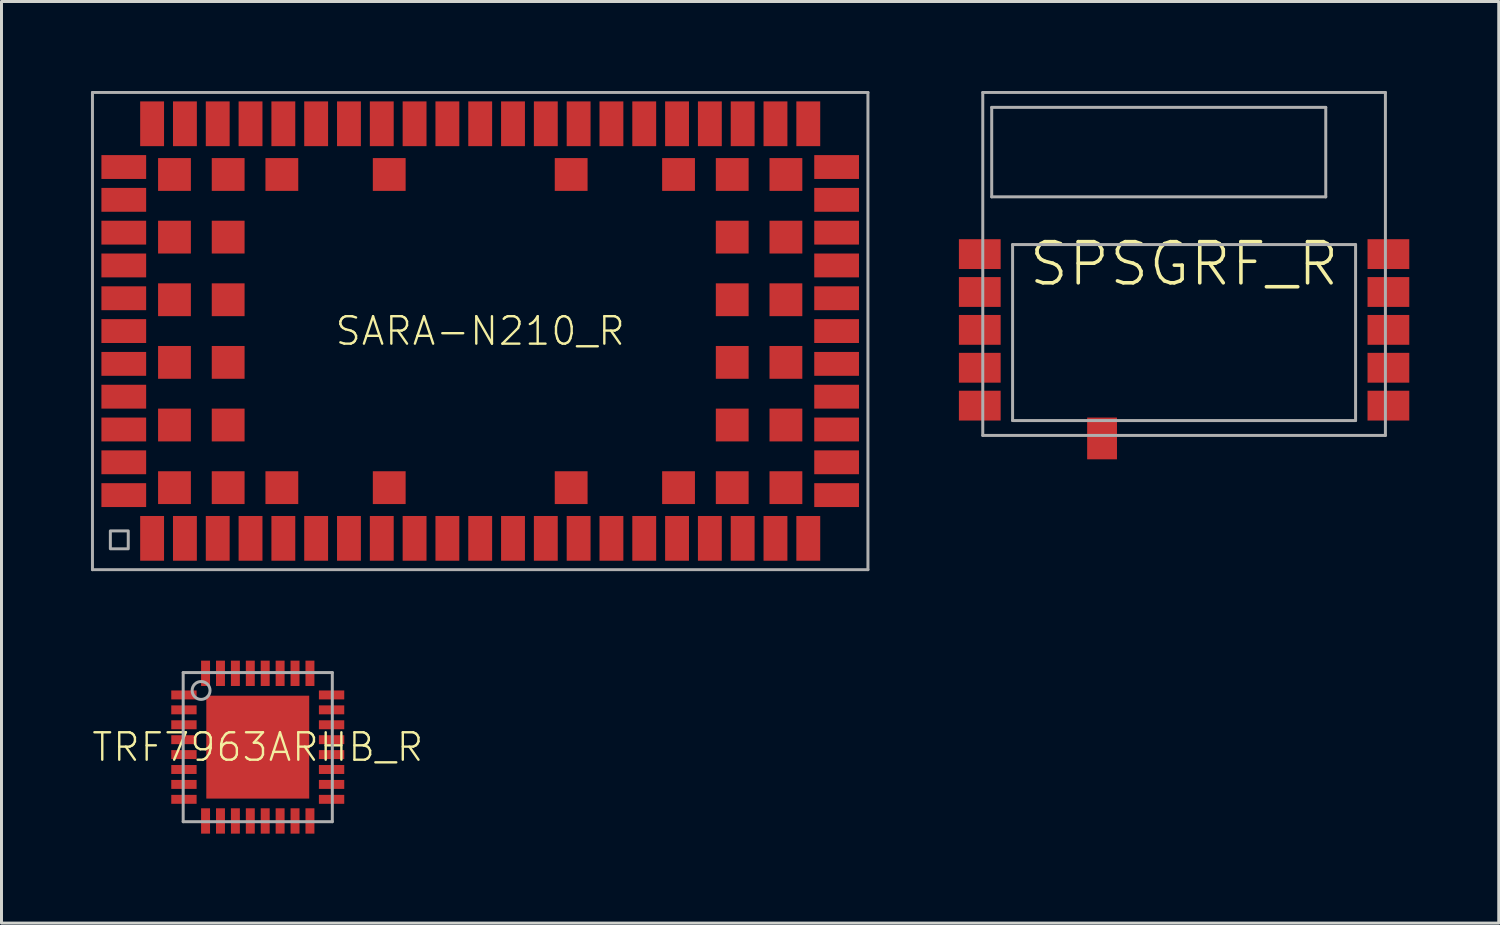
<source format=kicad_pcb>
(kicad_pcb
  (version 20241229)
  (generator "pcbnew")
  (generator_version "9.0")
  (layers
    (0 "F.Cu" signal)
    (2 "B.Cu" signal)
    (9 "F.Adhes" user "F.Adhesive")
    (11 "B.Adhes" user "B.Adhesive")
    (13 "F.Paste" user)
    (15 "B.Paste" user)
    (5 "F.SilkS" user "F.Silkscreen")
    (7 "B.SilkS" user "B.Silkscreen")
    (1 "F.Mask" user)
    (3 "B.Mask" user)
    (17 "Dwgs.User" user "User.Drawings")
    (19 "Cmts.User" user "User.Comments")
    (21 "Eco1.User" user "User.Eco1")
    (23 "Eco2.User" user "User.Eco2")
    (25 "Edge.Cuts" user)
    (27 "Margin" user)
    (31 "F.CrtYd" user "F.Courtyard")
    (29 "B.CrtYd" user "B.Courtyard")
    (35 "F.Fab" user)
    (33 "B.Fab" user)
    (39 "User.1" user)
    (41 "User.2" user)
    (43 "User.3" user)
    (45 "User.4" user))
  (footprint "SARA-N210_R"
    (layer "F.Cu")
    (at 13.05 8.05)
    (property "Reference" "SARA-N210_R" (at 0 0 0) (unlocked yes) (layer "F.SilkS") (effects (font (size 0.92 0.92) (thickness 0.08))))
    (fp_line (start -13 -8) (end -13 8) (stroke (width 0.1) (type solid)) (layer "F.Fab"))
    (fp_line (start -13 8) (end 13 8) (stroke (width 0.1) (type solid)) (layer "F.Fab"))
    (fp_line (start 13 -8) (end -13 -8) (stroke (width 0.1) (type solid)) (layer "F.Fab"))
    (fp_line (start 13 8) (end 13 -8) (stroke (width 0.1) (type solid)) (layer "F.Fab"))
    (fp_poly (pts (xy -12.4 7.3) (xy -11.8 7.3) (xy -11.8 6.7) (xy -12.4 6.7)) (stroke (width 0.1) (type default)) (fill no) (layer "F.Fab"))
    (pad "1" smd rect (at -11 6.95) (size 0.8 1.5) (layers "F.Cu" "F.Mask" "F.Paste"))
    (pad "2" smd rect (at -9.9 6.95) (size 0.8 1.5) (layers "F.Cu" "F.Mask" "F.Paste"))
    (pad "3" smd rect (at -8.8 6.95) (size 0.8 1.5) (layers "F.Cu" "F.Mask" "F.Paste"))
    (pad "4" smd rect (at -7.7 6.95) (size 0.8 1.5) (layers "F.Cu" "F.Mask" "F.Paste"))
    (pad "5" smd rect (at -6.6 6.95) (size 0.8 1.5) (layers "F.Cu" "F.Mask" "F.Paste"))
    (pad "6" smd rect (at -5.5 6.95) (size 0.8 1.5) (layers "F.Cu" "F.Mask" "F.Paste"))
    (pad "7" smd rect (at -4.4 6.95) (size 0.8 1.5) (layers "F.Cu" "F.Mask" "F.Paste"))
    (pad "8" smd rect (at -3.3 6.95) (size 0.8 1.5) (layers "F.Cu" "F.Mask" "F.Paste"))
    (pad "9" smd rect (at -2.2 6.95) (size 0.8 1.5) (layers "F.Cu" "F.Mask" "F.Paste"))
    (pad "10" smd rect (at -1.1 6.95) (size 0.8 1.5) (layers "F.Cu" "F.Mask" "F.Paste"))
    (pad "11" smd rect (at 0 6.95) (size 0.8 1.5) (layers "F.Cu" "F.Mask" "F.Paste"))
    (pad "12" smd rect (at 1.1 6.95) (size 0.8 1.5) (layers "F.Cu" "F.Mask" "F.Paste"))
    (pad "13" smd rect (at 2.2 6.95) (size 0.8 1.5) (layers "F.Cu" "F.Mask" "F.Paste"))
    (pad "14" smd rect (at 3.3 6.95) (size 0.8 1.5) (layers "F.Cu" "F.Mask" "F.Paste"))
    (pad "15" smd rect (at 4.4 6.95) (size 0.8 1.5) (layers "F.Cu" "F.Mask" "F.Paste"))
    (pad "16" smd rect (at 5.5 6.95) (size 0.8 1.5) (layers "F.Cu" "F.Mask" "F.Paste"))
    (pad "17" smd rect (at 6.6 6.95) (size 0.8 1.5) (layers "F.Cu" "F.Mask" "F.Paste"))
    (pad "18" smd rect (at 7.7 6.95) (size 0.8 1.5) (layers "F.Cu" "F.Mask" "F.Paste"))
    (pad "19" smd rect (at 8.8 6.95) (size 0.8 1.5) (layers "F.Cu" "F.Mask" "F.Paste"))
    (pad "20" smd rect (at 9.9 6.95) (size 0.8 1.5) (layers "F.Cu" "F.Mask" "F.Paste"))
    (pad "21" smd rect (at 11 6.95) (size 0.8 1.5) (layers "F.Cu" "F.Mask" "F.Paste"))
    (pad "22" smd rect (at 11.95 5.5 90) (size 0.8 1.5) (layers "F.Cu" "F.Mask" "F.Paste"))
    (pad "23" smd rect (at 11.95 4.4 90) (size 0.8 1.5) (layers "F.Cu" "F.Mask" "F.Paste"))
    (pad "24" smd rect (at 11.95 3.3 90) (size 0.8 1.5) (layers "F.Cu" "F.Mask" "F.Paste"))
    (pad "25" smd rect (at 11.95 2.2 90) (size 0.8 1.5) (layers "F.Cu" "F.Mask" "F.Paste"))
    (pad "26" smd rect (at 11.95 1.1 90) (size 0.8 1.5) (layers "F.Cu" "F.Mask" "F.Paste"))
    (pad "27" smd rect (at 11.95 0 90) (size 0.8 1.5) (layers "F.Cu" "F.Mask" "F.Paste"))
    (pad "28" smd rect (at 11.95 -1.1 90) (size 0.8 1.5) (layers "F.Cu" "F.Mask" "F.Paste"))
    (pad "29" smd rect (at 11.95 -2.2 90) (size 0.8 1.5) (layers "F.Cu" "F.Mask" "F.Paste"))
    (pad "30" smd rect (at 11.95 -3.3 90) (size 0.8 1.5) (layers "F.Cu" "F.Mask" "F.Paste"))
    (pad "31" smd rect (at 11.95 -4.4 90) (size 0.8 1.5) (layers "F.Cu" "F.Mask" "F.Paste"))
    (pad "32" smd rect (at 11.95 -5.5 90) (size 0.8 1.5) (layers "F.Cu" "F.Mask" "F.Paste"))
    (pad "33" smd rect (at 11 -6.95 180) (size 0.8 1.5) (layers "F.Cu" "F.Mask" "F.Paste"))
    (pad "34" smd rect (at 9.9 -6.95 180) (size 0.8 1.5) (layers "F.Cu" "F.Mask" "F.Paste"))
    (pad "35" smd rect (at 8.8 -6.95 180) (size 0.8 1.5) (layers "F.Cu" "F.Mask" "F.Paste"))
    (pad "36" smd rect (at 7.7 -6.95 180) (size 0.8 1.5) (layers "F.Cu" "F.Mask" "F.Paste"))
    (pad "37" smd rect (at 6.6 -6.95 180) (size 0.8 1.5) (layers "F.Cu" "F.Mask" "F.Paste"))
    (pad "38" smd rect (at 5.5 -6.95 180) (size 0.8 1.5) (layers "F.Cu" "F.Mask" "F.Paste"))
    (pad "39" smd rect (at 4.4 -6.95 180) (size 0.8 1.5) (layers "F.Cu" "F.Mask" "F.Paste"))
    (pad "40" smd rect (at 3.3 -6.95 180) (size 0.8 1.5) (layers "F.Cu" "F.Mask" "F.Paste"))
    (pad "41" smd rect (at 2.2 -6.95 180) (size 0.8 1.5) (layers "F.Cu" "F.Mask" "F.Paste"))
    (pad "42" smd rect (at 1.1 -6.95 180) (size 0.8 1.5) (layers "F.Cu" "F.Mask" "F.Paste"))
    (pad "43" smd rect (at 0 -6.95 180) (size 0.8 1.5) (layers "F.Cu" "F.Mask" "F.Paste"))
    (pad "44" smd rect (at -1.1 -6.95 180) (size 0.8 1.5) (layers "F.Cu" "F.Mask" "F.Paste"))
    (pad "45" smd rect (at -2.2 -6.95 180) (size 0.8 1.5) (layers "F.Cu" "F.Mask" "F.Paste"))
    (pad "46" smd rect (at -3.3 -6.95 180) (size 0.8 1.5) (layers "F.Cu" "F.Mask" "F.Paste"))
    (pad "47" smd rect (at -4.4 -6.95 180) (size 0.8 1.5) (layers "F.Cu" "F.Mask" "F.Paste"))
    (pad "48" smd rect (at -5.5 -6.95 180) (size 0.8 1.5) (layers "F.Cu" "F.Mask" "F.Paste"))
    (pad "49" smd rect (at -6.6 -6.95 180) (size 0.8 1.5) (layers "F.Cu" "F.Mask" "F.Paste"))
    (pad "50" smd rect (at -7.7 -6.95 180) (size 0.8 1.5) (layers "F.Cu" "F.Mask" "F.Paste"))
    (pad "51" smd rect (at -8.8 -6.95 180) (size 0.8 1.5) (layers "F.Cu" "F.Mask" "F.Paste"))
    (pad "52" smd rect (at -9.9 -6.95 180) (size 0.8 1.5) (layers "F.Cu" "F.Mask" "F.Paste"))
    (pad "53" smd rect (at -11 -6.95 180) (size 0.8 1.5) (layers "F.Cu" "F.Mask" "F.Paste"))
    (pad "54" smd rect (at -11.95 -5.5 90) (size 0.8 1.5) (layers "F.Cu" "F.Mask" "F.Paste"))
    (pad "55" smd rect (at -11.95 -4.4 270) (size 0.8 1.5) (layers "F.Cu" "F.Mask" "F.Paste"))
    (pad "56" smd rect (at -11.95 -3.3 270) (size 0.8 1.5) (layers "F.Cu" "F.Mask" "F.Paste"))
    (pad "57" smd rect (at -11.95 -2.2 270) (size 0.8 1.5) (layers "F.Cu" "F.Mask" "F.Paste"))
    (pad "58" smd rect (at -11.95 -1.1 270) (size 0.8 1.5) (layers "F.Cu" "F.Mask" "F.Paste"))
    (pad "59" smd rect (at -11.95 0 270) (size 0.8 1.5) (layers "F.Cu" "F.Mask" "F.Paste"))
    (pad "60" smd rect (at -11.95 1.1 270) (size 0.8 1.5) (layers "F.Cu" "F.Mask" "F.Paste"))
    (pad "61" smd rect (at -11.95 2.2 270) (size 0.8 1.5) (layers "F.Cu" "F.Mask" "F.Paste"))
    (pad "62" smd rect (at -11.95 3.3 270) (size 0.8 1.5) (layers "F.Cu" "F.Mask" "F.Paste"))
    (pad "63" smd rect (at -11.95 4.4 270) (size 0.8 1.5) (layers "F.Cu" "F.Mask" "F.Paste"))
    (pad "64" smd rect (at -11.95 5.5 270) (size 0.8 1.5) (layers "F.Cu" "F.Mask" "F.Paste"))
    (pad "65" smd rect (at -10.25 5.25) (size 1.1 1.1) (layers "F.Cu" "F.Mask" "F.Paste"))
    (pad "66" smd rect (at -10.25 3.15) (size 1.1 1.1) (layers "F.Cu" "F.Mask" "F.Paste"))
    (pad "67" smd rect (at -10.25 1.05) (size 1.1 1.1) (layers "F.Cu" "F.Mask" "F.Paste"))
    (pad "68" smd rect (at -10.25 -1.05) (size 1.1 1.1) (layers "F.Cu" "F.Mask" "F.Paste"))
    (pad "69" smd rect (at -10.25 -3.15) (size 1.1 1.1) (layers "F.Cu" "F.Mask" "F.Paste"))
    (pad "70" smd rect (at -10.25 -5.25) (size 1.1 1.1) (layers "F.Cu" "F.Mask" "F.Paste"))
    (pad "71" smd rect (at -8.45 5.25) (size 1.1 1.1) (layers "F.Cu" "F.Mask" "F.Paste"))
    (pad "72" smd rect (at -8.45 3.15) (size 1.1 1.1) (layers "F.Cu" "F.Mask" "F.Paste"))
    (pad "73" smd rect (at -8.45 1.05) (size 1.1 1.1) (layers "F.Cu" "F.Mask" "F.Paste"))
    (pad "74" smd rect (at -8.45 -1.05) (size 1.1 1.1) (layers "F.Cu" "F.Mask" "F.Paste"))
    (pad "75" smd rect (at -8.45 -3.15) (size 1.1 1.1) (layers "F.Cu" "F.Mask" "F.Paste"))
    (pad "76" smd rect (at -8.45 -5.25) (size 1.1 1.1) (layers "F.Cu" "F.Mask" "F.Paste"))
    (pad "77" smd rect (at -6.65 5.25) (size 1.1 1.1) (layers "F.Cu" "F.Mask" "F.Paste"))
    (pad "78" smd rect (at -6.65 -5.25) (size 1.1 1.1) (layers "F.Cu" "F.Mask" "F.Paste"))
    (pad "79" smd rect (at -3.05 5.25) (size 1.1 1.1) (layers "F.Cu" "F.Mask" "F.Paste"))
    (pad "80" smd rect (at -3.05 -5.25) (size 1.1 1.1) (layers "F.Cu" "F.Mask" "F.Paste"))
    (pad "81" smd rect (at 3.05 5.25) (size 1.1 1.1) (layers "F.Cu" "F.Mask" "F.Paste"))
    (pad "82" smd rect (at 3.05 -5.25) (size 1.1 1.1) (layers "F.Cu" "F.Mask" "F.Paste"))
    (pad "83" smd rect (at 6.65 5.25) (size 1.1 1.1) (layers "F.Cu" "F.Mask" "F.Paste"))
    (pad "84" smd rect (at 6.65 -5.25) (size 1.1 1.1) (layers "F.Cu" "F.Mask" "F.Paste"))
    (pad "85" smd rect (at 8.45 5.25) (size 1.1 1.1) (layers "F.Cu" "F.Mask" "F.Paste"))
    (pad "86" smd rect (at 8.45 3.15) (size 1.1 1.1) (layers "F.Cu" "F.Mask" "F.Paste"))
    (pad "87" smd rect (at 8.45 1.05) (size 1.1 1.1) (layers "F.Cu" "F.Mask" "F.Paste"))
    (pad "88" smd rect (at 8.45 -1.05) (size 1.1 1.1) (layers "F.Cu" "F.Mask" "F.Paste"))
    (pad "89" smd rect (at 8.45 -3.15) (size 1.1 1.1) (layers "F.Cu" "F.Mask" "F.Paste"))
    (pad "90" smd rect (at 8.45 -5.25) (size 1.1 1.1) (layers "F.Cu" "F.Mask" "F.Paste"))
    (pad "91" smd rect (at 10.25 5.25) (size 1.1 1.1) (layers "F.Cu" "F.Mask" "F.Paste"))
    (pad "92" smd rect (at 10.25 3.15) (size 1.1 1.1) (layers "F.Cu" "F.Mask" "F.Paste"))
    (pad "93" smd rect (at 10.25 1.05) (size 1.1 1.1) (layers "F.Cu" "F.Mask" "F.Paste"))
    (pad "94" smd rect (at 10.25 -1.05) (size 1.1 1.1) (layers "F.Cu" "F.Mask" "F.Paste"))
    (pad "95" smd rect (at 10.25 -3.15) (size 1.1 1.1) (layers "F.Cu" "F.Mask" "F.Paste"))
    (pad "96" smd rect (at 10.25 -5.25) (size 1.1 1.1) (layers "F.Cu" "F.Mask" "F.Paste")))
  (footprint "TRF7963ARHB_R"
    (layer "F.Cu")
    (at 5.592 22)
    (property "Reference" "TRF7963ARHB_R" (at 0 0 0) (unlocked yes) (layer "F.SilkS") (effects (font (size 0.92 0.92) (thickness 0.08))))
    (fp_poly (pts (xy -1.6 -0.15) (xy -0.15 -0.15) (xy -0.15 -1.6) (xy -1.6 -1.6)) (stroke (width 0) (type default)) (fill yes) (layer "F.Paste"))
    (fp_poly (pts (xy -1.6 1.6) (xy -0.15 1.6) (xy -0.15 0.15) (xy -1.6 0.15)) (stroke (width 0) (type default)) (fill yes) (layer "F.Paste"))
    (fp_poly (pts (xy 0.15 -0.15) (xy 1.6 -0.15) (xy 1.6 -1.6) (xy 0.15 -1.6)) (stroke (width 0) (type default)) (fill yes) (layer "F.Paste"))
    (fp_poly (pts (xy 0.15 1.6) (xy 1.6 1.6) (xy 1.6 0.15) (xy 0.15 0.15)) (stroke (width 0) (type default)) (fill yes) (layer "F.Paste"))
    (fp_line (start -2.5 2.5) (end -2.5 -2.5) (stroke (width 0.1) (type solid)) (layer "F.Fab"))
    (fp_line (start 2.5 -2.5) (end -2.5 -2.5) (stroke (width 0.1) (type solid)) (layer "F.Fab"))
    (fp_line (start 2.5 2.5) (end -2.5 2.5) (stroke (width 0.1) (type solid)) (layer "F.Fab"))
    (fp_line (start 2.5 2.5) (end 2.5 -2.5) (stroke (width 0.1) (type solid)) (layer "F.Fab"))
    (fp_circle (center -1.9 -1.9) (end -1.6 -1.9) (stroke (width 0.1) (type solid)) (fill no) (layer "F.Fab"))
    (pad "0" smd rect (at 0 0) (size 3.45 3.45) (layers "F.Cu" "F.Mask"))
    (pad "1" smd rect (at -2.475 -1.75) (size 0.85 0.3) (layers "F.Cu" "F.Mask" "F.Paste"))
    (pad "2" smd rect (at -2.475 -1.25) (size 0.85 0.3) (layers "F.Cu" "F.Mask" "F.Paste"))
    (pad "3" smd rect (at -2.475 -0.75) (size 0.85 0.3) (layers "F.Cu" "F.Mask" "F.Paste"))
    (pad "4" smd rect (at -2.475 -0.25) (size 0.85 0.3) (layers "F.Cu" "F.Mask" "F.Paste"))
    (pad "5" smd rect (at -2.475 0.25) (size 0.85 0.3) (layers "F.Cu" "F.Mask" "F.Paste"))
    (pad "6" smd rect (at -2.475 0.75) (size 0.85 0.3) (layers "F.Cu" "F.Mask" "F.Paste"))
    (pad "7" smd rect (at -2.475 1.25) (size 0.85 0.3) (layers "F.Cu" "F.Mask" "F.Paste"))
    (pad "8" smd rect (at -2.475 1.75) (size 0.85 0.3) (layers "F.Cu" "F.Mask" "F.Paste"))
    (pad "9" smd rect (at -1.75 2.475 90) (size 0.85 0.3) (layers "F.Cu" "F.Mask" "F.Paste"))
    (pad "10" smd rect (at -1.25 2.475 90) (size 0.85 0.3) (layers "F.Cu" "F.Mask" "F.Paste"))
    (pad "11" smd rect (at -0.75 2.475 90) (size 0.85 0.3) (layers "F.Cu" "F.Mask" "F.Paste"))
    (pad "12" smd rect (at -0.25 2.475 90) (size 0.85 0.3) (layers "F.Cu" "F.Mask" "F.Paste"))
    (pad "13" smd rect (at 0.25 2.475 90) (size 0.85 0.3) (layers "F.Cu" "F.Mask" "F.Paste"))
    (pad "14" smd rect (at 0.75 2.475 90) (size 0.85 0.3) (layers "F.Cu" "F.Mask" "F.Paste"))
    (pad "15" smd rect (at 1.25 2.475 90) (size 0.85 0.3) (layers "F.Cu" "F.Mask" "F.Paste"))
    (pad "16" smd rect (at 1.75 2.475 90) (size 0.85 0.3) (layers "F.Cu" "F.Mask" "F.Paste"))
    (pad "17" smd rect (at 2.475 1.75 180) (size 0.85 0.3) (layers "F.Cu" "F.Mask" "F.Paste"))
    (pad "18" smd rect (at 2.475 1.25 180) (size 0.85 0.3) (layers "F.Cu" "F.Mask" "F.Paste"))
    (pad "19" smd rect (at 2.475 0.75 180) (size 0.85 0.3) (layers "F.Cu" "F.Mask" "F.Paste"))
    (pad "20" smd rect (at 2.475 0.25 180) (size 0.85 0.3) (layers "F.Cu" "F.Mask" "F.Paste"))
    (pad "21" smd rect (at 2.475 -0.25 180) (size 0.85 0.3) (layers "F.Cu" "F.Mask" "F.Paste"))
    (pad "22" smd rect (at 2.475 -0.75 180) (size 0.85 0.3) (layers "F.Cu" "F.Mask" "F.Paste"))
    (pad "23" smd rect (at 2.475 -1.25 180) (size 0.85 0.3) (layers "F.Cu" "F.Mask" "F.Paste"))
    (pad "24" smd rect (at 2.475 -1.75 180) (size 0.85 0.3) (layers "F.Cu" "F.Mask" "F.Paste"))
    (pad "25" smd rect (at 1.75 -2.475 270) (size 0.85 0.3) (layers "F.Cu" "F.Mask" "F.Paste"))
    (pad "26" smd rect (at 1.25 -2.475 270) (size 0.85 0.3) (layers "F.Cu" "F.Mask" "F.Paste"))
    (pad "27" smd rect (at 0.75 -2.475 270) (size 0.85 0.3) (layers "F.Cu" "F.Mask" "F.Paste"))
    (pad "28" smd rect (at 0.25 -2.475 270) (size 0.85 0.3) (layers "F.Cu" "F.Mask" "F.Paste"))
    (pad "29" smd rect (at -0.25 -2.475 270) (size 0.85 0.3) (layers "F.Cu" "F.Mask" "F.Paste"))
    (pad "30" smd rect (at -0.75 -2.475 270) (size 0.85 0.3) (layers "F.Cu" "F.Mask" "F.Paste"))
    (pad "31" smd rect (at -1.25 -2.475 270) (size 0.85 0.3) (layers "F.Cu" "F.Mask" "F.Paste"))
    (pad "32" smd rect (at -1.75 -2.475 270) (size 0.85 0.3) (layers "F.Cu" "F.Mask" "F.Paste")))
  (footprint "SPSGRF_R"
    (layer "F.Cu")
    (at 36.65 5.8)
    (property "Reference" "SPSGRF_R" (at 0 0 0) (unlocked yes) (layer "F.SilkS") (effects (font (size 1.38 1.38) (thickness 0.12))))
    (fp_line (start -6.75 -5.75) (end -6.75 5.75) (stroke (width 0.1) (type solid)) (layer "F.Fab"))
    (fp_line (start -6.75 5.75) (end 6.75 5.75) (stroke (width 0.1) (type solid)) (layer "F.Fab"))
    (fp_line (start -6.45 -5.25) (end 4.75 -5.25) (stroke (width 0.1) (type solid)) (layer "F.Fab"))
    (fp_line (start -6.45 -2.25) (end -6.45 -5.25) (stroke (width 0.1) (type solid)) (layer "F.Fab"))
    (fp_line (start -5.75 -0.65) (end 5.75 -0.65) (stroke (width 0.1) (type solid)) (layer "F.Fab"))
    (fp_line (start -5.75 5.25) (end -5.75 -0.65) (stroke (width 0.1) (type solid)) (layer "F.Fab"))
    (fp_line (start 4.75 -5.25) (end 4.75 -2.25) (stroke (width 0.1) (type solid)) (layer "F.Fab"))
    (fp_line (start 4.75 -2.25) (end -6.45 -2.25) (stroke (width 0.1) (type solid)) (layer "F.Fab"))
    (fp_line (start 5.75 -0.65) (end 5.75 5.25) (stroke (width 0.1) (type solid)) (layer "F.Fab"))
    (fp_line (start 5.75 5.25) (end -5.75 5.25) (stroke (width 0.1) (type solid)) (layer "F.Fab"))
    (fp_line (start 6.75 -5.75) (end -6.75 -5.75) (stroke (width 0.1) (type solid)) (layer "F.Fab"))
    (fp_line (start 6.75 5.75) (end 6.75 -5.75) (stroke (width 0.1) (type solid)) (layer "F.Fab"))
    (pad "1" smd rect (at -6.85 -0.33) (size 1.4 1) (layers "F.Cu" "F.Mask" "F.Paste"))
    (pad "2" smd rect (at -6.85 0.94) (size 1.4 1) (layers "F.Cu" "F.Mask" "F.Paste"))
    (pad "3" smd rect (at -6.85 2.21) (size 1.4 1) (layers "F.Cu" "F.Mask" "F.Paste"))
    (pad "4" smd rect (at -6.85 3.48) (size 1.4 1) (layers "F.Cu" "F.Mask" "F.Paste"))
    (pad "5" smd rect (at -6.85 4.75) (size 1.4 1) (layers "F.Cu" "F.Mask" "F.Paste"))
    (pad "6" smd rect (at -2.75 5.85 90) (size 1.4 1) (layers "F.Cu" "F.Mask" "F.Paste"))
    (pad "7" smd rect (at 6.85 4.75) (size 1.4 1) (layers "F.Cu" "F.Mask" "F.Paste"))
    (pad "8" smd rect (at 6.85 3.48) (size 1.4 1) (layers "F.Cu" "F.Mask" "F.Paste"))
    (pad "9" smd rect (at 6.85 2.21) (size 1.4 1) (layers "F.Cu" "F.Mask" "F.Paste"))
    (pad "10" smd rect (at 6.85 0.94) (size 1.4 1) (layers "F.Cu" "F.Mask" "F.Paste"))
    (pad "11" smd rect (at 6.85 -0.33) (size 1.4 1) (layers "F.Cu" "F.Mask" "F.Paste")))
  (gr_rect
    (start -3 -3)
    (end 47.2 27.9)
    (stroke (width 0.1) (type default))
    (fill no)
    (layer "Edge.Cuts")))
</source>
